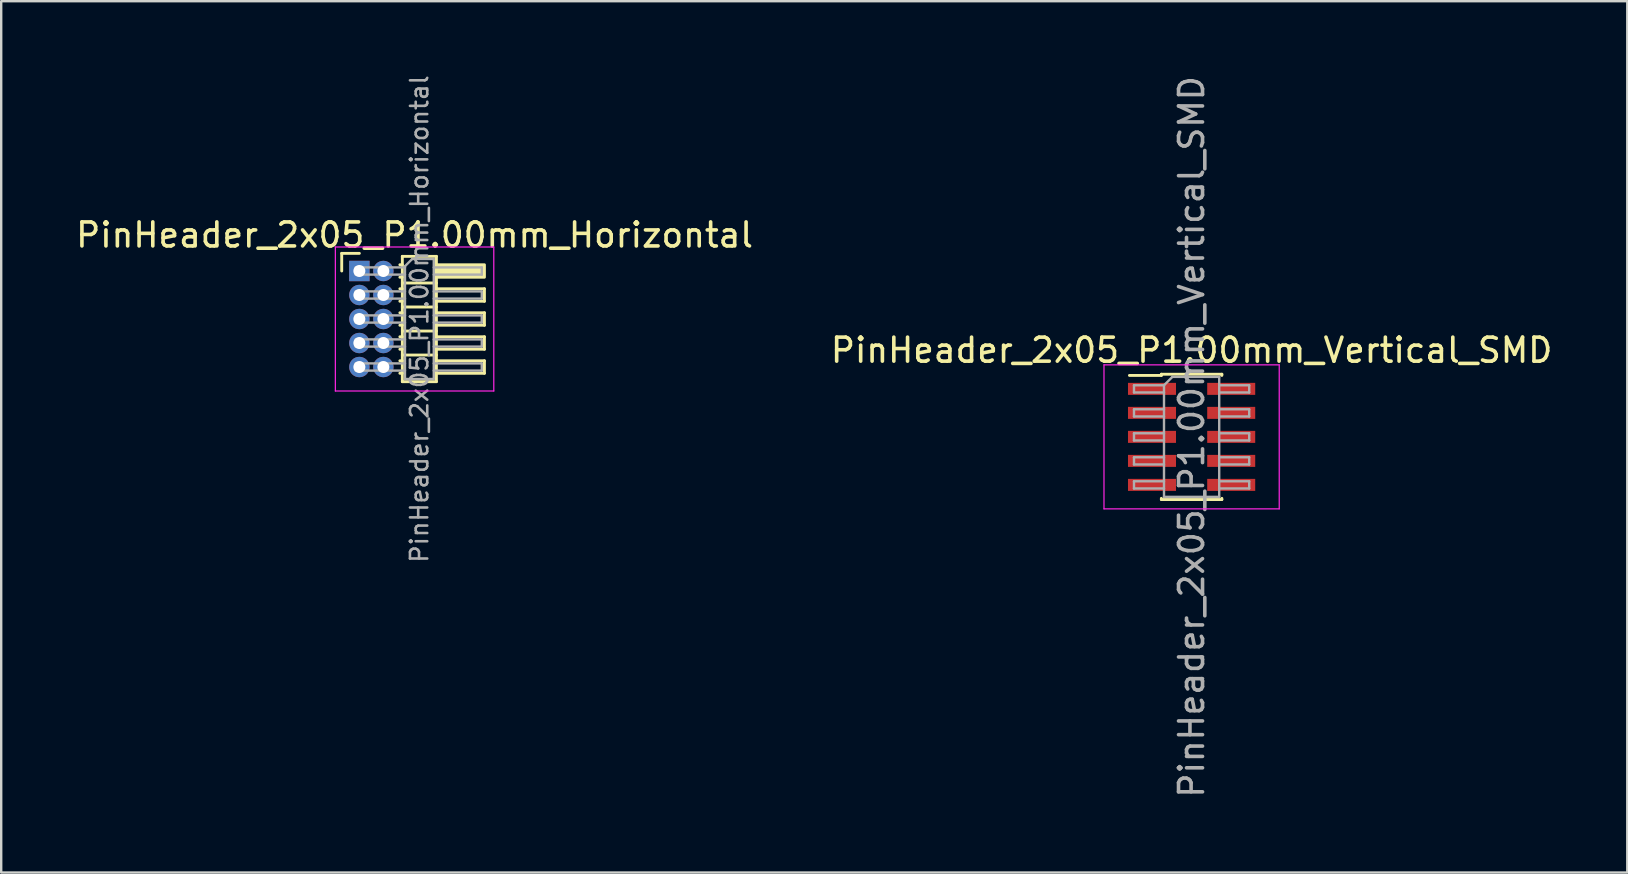
<source format=kicad_pcb>
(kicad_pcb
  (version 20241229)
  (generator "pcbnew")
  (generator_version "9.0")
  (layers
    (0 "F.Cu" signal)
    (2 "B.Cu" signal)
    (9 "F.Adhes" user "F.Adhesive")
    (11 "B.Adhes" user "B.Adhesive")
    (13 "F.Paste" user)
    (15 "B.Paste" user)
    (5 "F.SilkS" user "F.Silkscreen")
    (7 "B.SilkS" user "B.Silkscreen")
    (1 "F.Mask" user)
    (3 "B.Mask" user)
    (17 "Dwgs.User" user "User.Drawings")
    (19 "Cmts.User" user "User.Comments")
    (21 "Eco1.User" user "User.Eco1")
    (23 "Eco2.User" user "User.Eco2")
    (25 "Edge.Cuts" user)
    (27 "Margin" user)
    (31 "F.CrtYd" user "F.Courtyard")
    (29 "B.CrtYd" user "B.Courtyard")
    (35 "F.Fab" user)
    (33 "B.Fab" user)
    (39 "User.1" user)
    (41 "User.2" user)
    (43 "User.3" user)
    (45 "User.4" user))
  (footprint "PinHeader_2x05_P1.00mm_Vertical_SMD"
    (layer "F.Cu")
    (at 46.589 15.149)
    (property "Reference" "PinHeader_2x05_P1.00mm_Vertical_SMD" (at 0 -3.61 0) (layer "F.SilkS") (effects (font (size 1 1) (thickness 0.15))))
    (attr smd)
    (fp_line (start -2.59 -2.56) (end -1.26 -2.56) (stroke (width 0.12) (type solid)) (layer "F.SilkS"))
    (fp_line (start -1.26 -2.61) (end -1.26 -2.56) (stroke (width 0.12) (type solid)) (layer "F.SilkS"))
    (fp_line (start -1.26 -2.61) (end 1.26 -2.61) (stroke (width 0.12) (type solid)) (layer "F.SilkS"))
    (fp_line (start -1.26 2.56) (end -1.26 2.61) (stroke (width 0.12) (type solid)) (layer "F.SilkS"))
    (fp_line (start -1.26 2.61) (end 1.26 2.61) (stroke (width 0.12) (type solid)) (layer "F.SilkS"))
    (fp_line (start 1.26 -2.61) (end 1.26 -2.56) (stroke (width 0.12) (type solid)) (layer "F.SilkS"))
    (fp_line (start 1.26 2.56) (end 1.26 2.61) (stroke (width 0.12) (type solid)) (layer "F.SilkS"))
    (fp_line (start -3.65 -3) (end -3.65 3) (stroke (width 0.05) (type solid)) (layer "F.CrtYd"))
    (fp_line (start -3.65 3) (end 3.65 3) (stroke (width 0.05) (type solid)) (layer "F.CrtYd"))
    (fp_line (start 3.65 -3) (end -3.65 -3) (stroke (width 0.05) (type solid)) (layer "F.CrtYd"))
    (fp_line (start 3.65 3) (end 3.65 -3) (stroke (width 0.05) (type solid)) (layer "F.CrtYd"))
    (fp_line (start -2.4 -2.15) (end -2.4 -1.85) (stroke (width 0.1) (type solid)) (layer "F.Fab"))
    (fp_line (start -2.4 -1.85) (end -1.15 -1.85) (stroke (width 0.1) (type solid)) (layer "F.Fab"))
    (fp_line (start -2.4 -1.15) (end -2.4 -0.85) (stroke (width 0.1) (type solid)) (layer "F.Fab"))
    (fp_line (start -2.4 -0.85) (end -1.15 -0.85) (stroke (width 0.1) (type solid)) (layer "F.Fab"))
    (fp_line (start -2.4 -0.15) (end -2.4 0.15) (stroke (width 0.1) (type solid)) (layer "F.Fab"))
    (fp_line (start -2.4 0.15) (end -1.15 0.15) (stroke (width 0.1) (type solid)) (layer "F.Fab"))
    (fp_line (start -2.4 0.85) (end -2.4 1.15) (stroke (width 0.1) (type solid)) (layer "F.Fab"))
    (fp_line (start -2.4 1.15) (end -1.15 1.15) (stroke (width 0.1) (type solid)) (layer "F.Fab"))
    (fp_line (start -2.4 1.85) (end -2.4 2.15) (stroke (width 0.1) (type solid)) (layer "F.Fab"))
    (fp_line (start -2.4 2.15) (end -1.15 2.15) (stroke (width 0.1) (type solid)) (layer "F.Fab"))
    (fp_line (start -1.15 -2.15) (end -2.4 -2.15) (stroke (width 0.1) (type solid)) (layer "F.Fab"))
    (fp_line (start -1.15 -2.15) (end -0.8 -2.5) (stroke (width 0.1) (type solid)) (layer "F.Fab"))
    (fp_line (start -1.15 -1.15) (end -2.4 -1.15) (stroke (width 0.1) (type solid)) (layer "F.Fab"))
    (fp_line (start -1.15 -0.15) (end -2.4 -0.15) (stroke (width 0.1) (type solid)) (layer "F.Fab"))
    (fp_line (start -1.15 0.85) (end -2.4 0.85) (stroke (width 0.1) (type solid)) (layer "F.Fab"))
    (fp_line (start -1.15 1.85) (end -2.4 1.85) (stroke (width 0.1) (type solid)) (layer "F.Fab"))
    (fp_line (start -1.15 2.5) (end -1.15 -2.15) (stroke (width 0.1) (type solid)) (layer "F.Fab"))
    (fp_line (start -0.8 -2.5) (end 1.15 -2.5) (stroke (width 0.1) (type solid)) (layer "F.Fab"))
    (fp_line (start 1.15 -2.5) (end 1.15 2.5) (stroke (width 0.1) (type solid)) (layer "F.Fab"))
    (fp_line (start 1.15 -2.15) (end 2.4 -2.15) (stroke (width 0.1) (type solid)) (layer "F.Fab"))
    (fp_line (start 1.15 -1.15) (end 2.4 -1.15) (stroke (width 0.1) (type solid)) (layer "F.Fab"))
    (fp_line (start 1.15 -0.15) (end 2.4 -0.15) (stroke (width 0.1) (type solid)) (layer "F.Fab"))
    (fp_line (start 1.15 0.85) (end 2.4 0.85) (stroke (width 0.1) (type solid)) (layer "F.Fab"))
    (fp_line (start 1.15 1.85) (end 2.4 1.85) (stroke (width 0.1) (type solid)) (layer "F.Fab"))
    (fp_line (start 1.15 2.5) (end -1.15 2.5) (stroke (width 0.1) (type solid)) (layer "F.Fab"))
    (fp_line (start 2.4 -2.15) (end 2.4 -1.85) (stroke (width 0.1) (type solid)) (layer "F.Fab"))
    (fp_line (start 2.4 -1.85) (end 1.15 -1.85) (stroke (width 0.1) (type solid)) (layer "F.Fab"))
    (fp_line (start 2.4 -1.15) (end 2.4 -0.85) (stroke (width 0.1) (type solid)) (layer "F.Fab"))
    (fp_line (start 2.4 -0.85) (end 1.15 -0.85) (stroke (width 0.1) (type solid)) (layer "F.Fab"))
    (fp_line (start 2.4 -0.15) (end 2.4 0.15) (stroke (width 0.1) (type solid)) (layer "F.Fab"))
    (fp_line (start 2.4 0.15) (end 1.15 0.15) (stroke (width 0.1) (type solid)) (layer "F.Fab"))
    (fp_line (start 2.4 0.85) (end 2.4 1.15) (stroke (width 0.1) (type solid)) (layer "F.Fab"))
    (fp_line (start 2.4 1.15) (end 1.15 1.15) (stroke (width 0.1) (type solid)) (layer "F.Fab"))
    (fp_line (start 2.4 1.85) (end 2.4 2.15) (stroke (width 0.1) (type solid)) (layer "F.Fab"))
    (fp_line (start 2.4 2.15) (end 1.15 2.15) (stroke (width 0.1) (type solid)) (layer "F.Fab"))
    (fp_text user "${REFERENCE}" (at 0 0 90) (layer "F.Fab") (effects (font (size 1 1) (thickness 0.15))))
    (pad "1" smd rect (at -1.65 -2) (size 2 0.5) (layers "F.Cu" "F.Mask" "F.Paste"))
    (pad "2" smd rect (at 1.65 -2) (size 2 0.5) (layers "F.Cu" "F.Mask" "F.Paste"))
    (pad "3" smd rect (at -1.65 -1) (size 2 0.5) (layers "F.Cu" "F.Mask" "F.Paste"))
    (pad "4" smd rect (at 1.65 -1) (size 2 0.5) (layers "F.Cu" "F.Mask" "F.Paste"))
    (pad "5" smd rect (at -1.65 0) (size 2 0.5) (layers "F.Cu" "F.Mask" "F.Paste"))
    (pad "6" smd rect (at 1.65 0) (size 2 0.5) (layers "F.Cu" "F.Mask" "F.Paste"))
    (pad "7" smd rect (at -1.65 1) (size 2 0.5) (layers "F.Cu" "F.Mask" "F.Paste"))
    (pad "8" smd rect (at 1.65 1) (size 2 0.5) (layers "F.Cu" "F.Mask" "F.Paste"))
    (pad "9" smd rect (at -1.65 2) (size 2 0.5) (layers "F.Cu" "F.Mask" "F.Paste"))
    (pad "10" smd rect (at 1.65 2) (size 2 0.5) (layers "F.Cu" "F.Mask" "F.Paste")))
  (footprint "PinHeader_2x05_P1.00mm_Horizontal"
    (layer "F.Cu")
    (at 11.92 8.239)
    (property "Reference" "PinHeader_2x05_P1.00mm_Horizontal" (at 2.3 -1.5 0) (layer "F.SilkS") (effects (font (size 1 1) (thickness 0.15))))
    (attr through_hole)
    (fp_line (start -0.735 -0.735) (end 0 -0.735) (stroke (width 0.12) (type solid)) (layer "F.SilkS"))
    (fp_line (start -0.735 0) (end -0.735 -0.735) (stroke (width 0.12) (type solid)) (layer "F.SilkS"))
    (fp_line (start 1.687 -0.26) (end 1.79 -0.26) (stroke (width 0.12) (type solid)) (layer "F.SilkS"))
    (fp_line (start 1.687 0.26) (end 1.79 0.26) (stroke (width 0.12) (type solid)) (layer "F.SilkS"))
    (fp_line (start 1.687 0.74) (end 1.79 0.74) (stroke (width 0.12) (type solid)) (layer "F.SilkS"))
    (fp_line (start 1.687 1.26) (end 1.79 1.26) (stroke (width 0.12) (type solid)) (layer "F.SilkS"))
    (fp_line (start 1.687 1.74) (end 1.79 1.74) (stroke (width 0.12) (type solid)) (layer "F.SilkS"))
    (fp_line (start 1.687 2.26) (end 1.79 2.26) (stroke (width 0.12) (type solid)) (layer "F.SilkS"))
    (fp_line (start 1.687 2.74) (end 1.79 2.74) (stroke (width 0.12) (type solid)) (layer "F.SilkS"))
    (fp_line (start 1.687 3.26) (end 1.79 3.26) (stroke (width 0.12) (type solid)) (layer "F.SilkS"))
    (fp_line (start 1.687 3.74) (end 1.79 3.74) (stroke (width 0.12) (type solid)) (layer "F.SilkS"))
    (fp_line (start 1.687 4.26) (end 1.79 4.26) (stroke (width 0.12) (type solid)) (layer "F.SilkS"))
    (fp_line (start 1.79 -0.61) (end 1.79 4.61) (stroke (width 0.12) (type solid)) (layer "F.SilkS"))
    (fp_line (start 1.79 0.5) (end 3.21 0.5) (stroke (width 0.12) (type solid)) (layer "F.SilkS"))
    (fp_line (start 1.79 1.5) (end 3.21 1.5) (stroke (width 0.12) (type solid)) (layer "F.SilkS"))
    (fp_line (start 1.79 2.5) (end 3.21 2.5) (stroke (width 0.12) (type solid)) (layer "F.SilkS"))
    (fp_line (start 1.79 3.5) (end 3.21 3.5) (stroke (width 0.12) (type solid)) (layer "F.SilkS"))
    (fp_line (start 1.79 4.61) (end 3.21 4.61) (stroke (width 0.12) (type solid)) (layer "F.SilkS"))
    (fp_line (start 3.21 -0.61) (end 1.79 -0.61) (stroke (width 0.12) (type solid)) (layer "F.SilkS"))
    (fp_line (start 3.21 0.74) (end 5.21 0.74) (stroke (width 0.12) (type solid)) (layer "F.SilkS"))
    (fp_line (start 3.21 1.74) (end 5.21 1.74) (stroke (width 0.12) (type solid)) (layer "F.SilkS"))
    (fp_line (start 3.21 2.74) (end 5.21 2.74) (stroke (width 0.12) (type solid)) (layer "F.SilkS"))
    (fp_line (start 3.21 3.74) (end 5.21 3.74) (stroke (width 0.12) (type solid)) (layer "F.SilkS"))
    (fp_line (start 3.21 4.61) (end 3.21 -0.61) (stroke (width 0.12) (type solid)) (layer "F.SilkS"))
    (fp_line (start 5.21 0.74) (end 5.21 1.26) (stroke (width 0.12) (type solid)) (layer "F.SilkS"))
    (fp_line (start 5.21 1.26) (end 3.21 1.26) (stroke (width 0.12) (type solid)) (layer "F.SilkS"))
    (fp_line (start 5.21 1.74) (end 5.21 2.26) (stroke (width 0.12) (type solid)) (layer "F.SilkS"))
    (fp_line (start 5.21 2.26) (end 3.21 2.26) (stroke (width 0.12) (type solid)) (layer "F.SilkS"))
    (fp_line (start 5.21 2.74) (end 5.21 3.26) (stroke (width 0.12) (type solid)) (layer "F.SilkS"))
    (fp_line (start 5.21 3.26) (end 3.21 3.26) (stroke (width 0.12) (type solid)) (layer "F.SilkS"))
    (fp_line (start 5.21 3.74) (end 5.21 4.26) (stroke (width 0.12) (type solid)) (layer "F.SilkS"))
    (fp_line (start 5.21 4.26) (end 3.21 4.26) (stroke (width 0.12) (type solid)) (layer "F.SilkS"))
    (fp_rect (start 3.21 -0.26) (end 5.21 0.26) (stroke (width 0.12) (type solid)) (fill yes) (layer "F.SilkS"))
    (fp_line (start -1 -1) (end -1 5) (stroke (width 0.05) (type solid)) (layer "F.CrtYd"))
    (fp_line (start -1 5) (end 5.6 5) (stroke (width 0.05) (type solid)) (layer "F.CrtYd"))
    (fp_line (start 5.6 -1) (end -1 -1) (stroke (width 0.05) (type solid)) (layer "F.CrtYd"))
    (fp_line (start 5.6 5) (end 5.6 -1) (stroke (width 0.05) (type solid)) (layer "F.CrtYd"))
    (fp_line (start -0.15 -0.15) (end -0.15 0.15) (stroke (width 0.1) (type solid)) (layer "F.Fab"))
    (fp_line (start -0.15 -0.15) (end 1.9 -0.15) (stroke (width 0.1) (type solid)) (layer "F.Fab"))
    (fp_line (start -0.15 0.15) (end 1.9 0.15) (stroke (width 0.1) (type solid)) (layer "F.Fab"))
    (fp_line (start -0.15 0.85) (end -0.15 1.15) (stroke (width 0.1) (type solid)) (layer "F.Fab"))
    (fp_line (start -0.15 0.85) (end 1.9 0.85) (stroke (width 0.1) (type solid)) (layer "F.Fab"))
    (fp_line (start -0.15 1.15) (end 1.9 1.15) (stroke (width 0.1) (type solid)) (layer "F.Fab"))
    (fp_line (start -0.15 1.85) (end -0.15 2.15) (stroke (width 0.1) (type solid)) (layer "F.Fab"))
    (fp_line (start -0.15 1.85) (end 1.9 1.85) (stroke (width 0.1) (type solid)) (layer "F.Fab"))
    (fp_line (start -0.15 2.15) (end 1.9 2.15) (stroke (width 0.1) (type solid)) (layer "F.Fab"))
    (fp_line (start -0.15 2.85) (end -0.15 3.15) (stroke (width 0.1) (type solid)) (layer "F.Fab"))
    (fp_line (start -0.15 2.85) (end 1.9 2.85) (stroke (width 0.1) (type solid)) (layer "F.Fab"))
    (fp_line (start -0.15 3.15) (end 1.9 3.15) (stroke (width 0.1) (type solid)) (layer "F.Fab"))
    (fp_line (start -0.15 3.85) (end -0.15 4.15) (stroke (width 0.1) (type solid)) (layer "F.Fab"))
    (fp_line (start -0.15 3.85) (end 1.9 3.85) (stroke (width 0.1) (type solid)) (layer "F.Fab"))
    (fp_line (start -0.15 4.15) (end 1.9 4.15) (stroke (width 0.1) (type solid)) (layer "F.Fab"))
    (fp_line (start 1.9 -0.2) (end 2.2 -0.5) (stroke (width 0.1) (type solid)) (layer "F.Fab"))
    (fp_line (start 1.9 4.5) (end 1.9 -0.2) (stroke (width 0.1) (type solid)) (layer "F.Fab"))
    (fp_line (start 2.2 -0.5) (end 3.1 -0.5) (stroke (width 0.1) (type solid)) (layer "F.Fab"))
    (fp_line (start 3.1 -0.5) (end 3.1 4.5) (stroke (width 0.1) (type solid)) (layer "F.Fab"))
    (fp_line (start 3.1 -0.15) (end 5.1 -0.15) (stroke (width 0.1) (type solid)) (layer "F.Fab"))
    (fp_line (start 3.1 0.15) (end 5.1 0.15) (stroke (width 0.1) (type solid)) (layer "F.Fab"))
    (fp_line (start 3.1 0.85) (end 5.1 0.85) (stroke (width 0.1) (type solid)) (layer "F.Fab"))
    (fp_line (start 3.1 1.15) (end 5.1 1.15) (stroke (width 0.1) (type solid)) (layer "F.Fab"))
    (fp_line (start 3.1 1.85) (end 5.1 1.85) (stroke (width 0.1) (type solid)) (layer "F.Fab"))
    (fp_line (start 3.1 2.15) (end 5.1 2.15) (stroke (width 0.1) (type solid)) (layer "F.Fab"))
    (fp_line (start 3.1 2.85) (end 5.1 2.85) (stroke (width 0.1) (type solid)) (layer "F.Fab"))
    (fp_line (start 3.1 3.15) (end 5.1 3.15) (stroke (width 0.1) (type solid)) (layer "F.Fab"))
    (fp_line (start 3.1 3.85) (end 5.1 3.85) (stroke (width 0.1) (type solid)) (layer "F.Fab"))
    (fp_line (start 3.1 4.15) (end 5.1 4.15) (stroke (width 0.1) (type solid)) (layer "F.Fab"))
    (fp_line (start 3.1 4.5) (end 1.9 4.5) (stroke (width 0.1) (type solid)) (layer "F.Fab"))
    (fp_line (start 5.1 -0.15) (end 5.1 0.15) (stroke (width 0.1) (type solid)) (layer "F.Fab"))
    (fp_line (start 5.1 0.85) (end 5.1 1.15) (stroke (width 0.1) (type solid)) (layer "F.Fab"))
    (fp_line (start 5.1 1.85) (end 5.1 2.15) (stroke (width 0.1) (type solid)) (layer "F.Fab"))
    (fp_line (start 5.1 2.85) (end 5.1 3.15) (stroke (width 0.1) (type solid)) (layer "F.Fab"))
    (fp_line (start 5.1 3.85) (end 5.1 4.15) (stroke (width 0.1) (type solid)) (layer "F.Fab"))
    (fp_text user "${REFERENCE}" (at 2.5 2 90) (layer "F.Fab") (effects (font (size 0.72 0.72) (thickness 0.108))))
    (pad "1" thru_hole rect (at 0 0) (size 0.85 0.85) (drill 0.5) (layers "*.Cu" "*.Mask"))
    (pad "2" thru_hole circle (at 1 0) (size 0.85 0.85) (drill 0.5) (layers "*.Cu" "*.Mask"))
    (pad "3" thru_hole circle (at 0 1) (size 0.85 0.85) (drill 0.5) (layers "*.Cu" "*.Mask"))
    (pad "4" thru_hole circle (at 1 1) (size 0.85 0.85) (drill 0.5) (layers "*.Cu" "*.Mask"))
    (pad "5" thru_hole circle (at 0 2) (size 0.85 0.85) (drill 0.5) (layers "*.Cu" "*.Mask"))
    (pad "6" thru_hole circle (at 1 2) (size 0.85 0.85) (drill 0.5) (layers "*.Cu" "*.Mask"))
    (pad "7" thru_hole circle (at 0 3) (size 0.85 0.85) (drill 0.5) (layers "*.Cu" "*.Mask"))
    (pad "8" thru_hole circle (at 1 3) (size 0.85 0.85) (drill 0.5) (layers "*.Cu" "*.Mask"))
    (pad "9" thru_hole circle (at 0 4) (size 0.85 0.85) (drill 0.5) (layers "*.Cu" "*.Mask"))
    (pad "10" thru_hole circle (at 1 4) (size 0.85 0.85) (drill 0.5) (layers "*.Cu" "*.Mask")))
  (gr_rect
    (start -3 -3)
    (end 64.738 33.298)
    (stroke (width 0.1) (type default))
    (fill no)
    (layer "Edge.Cuts")))
</source>
